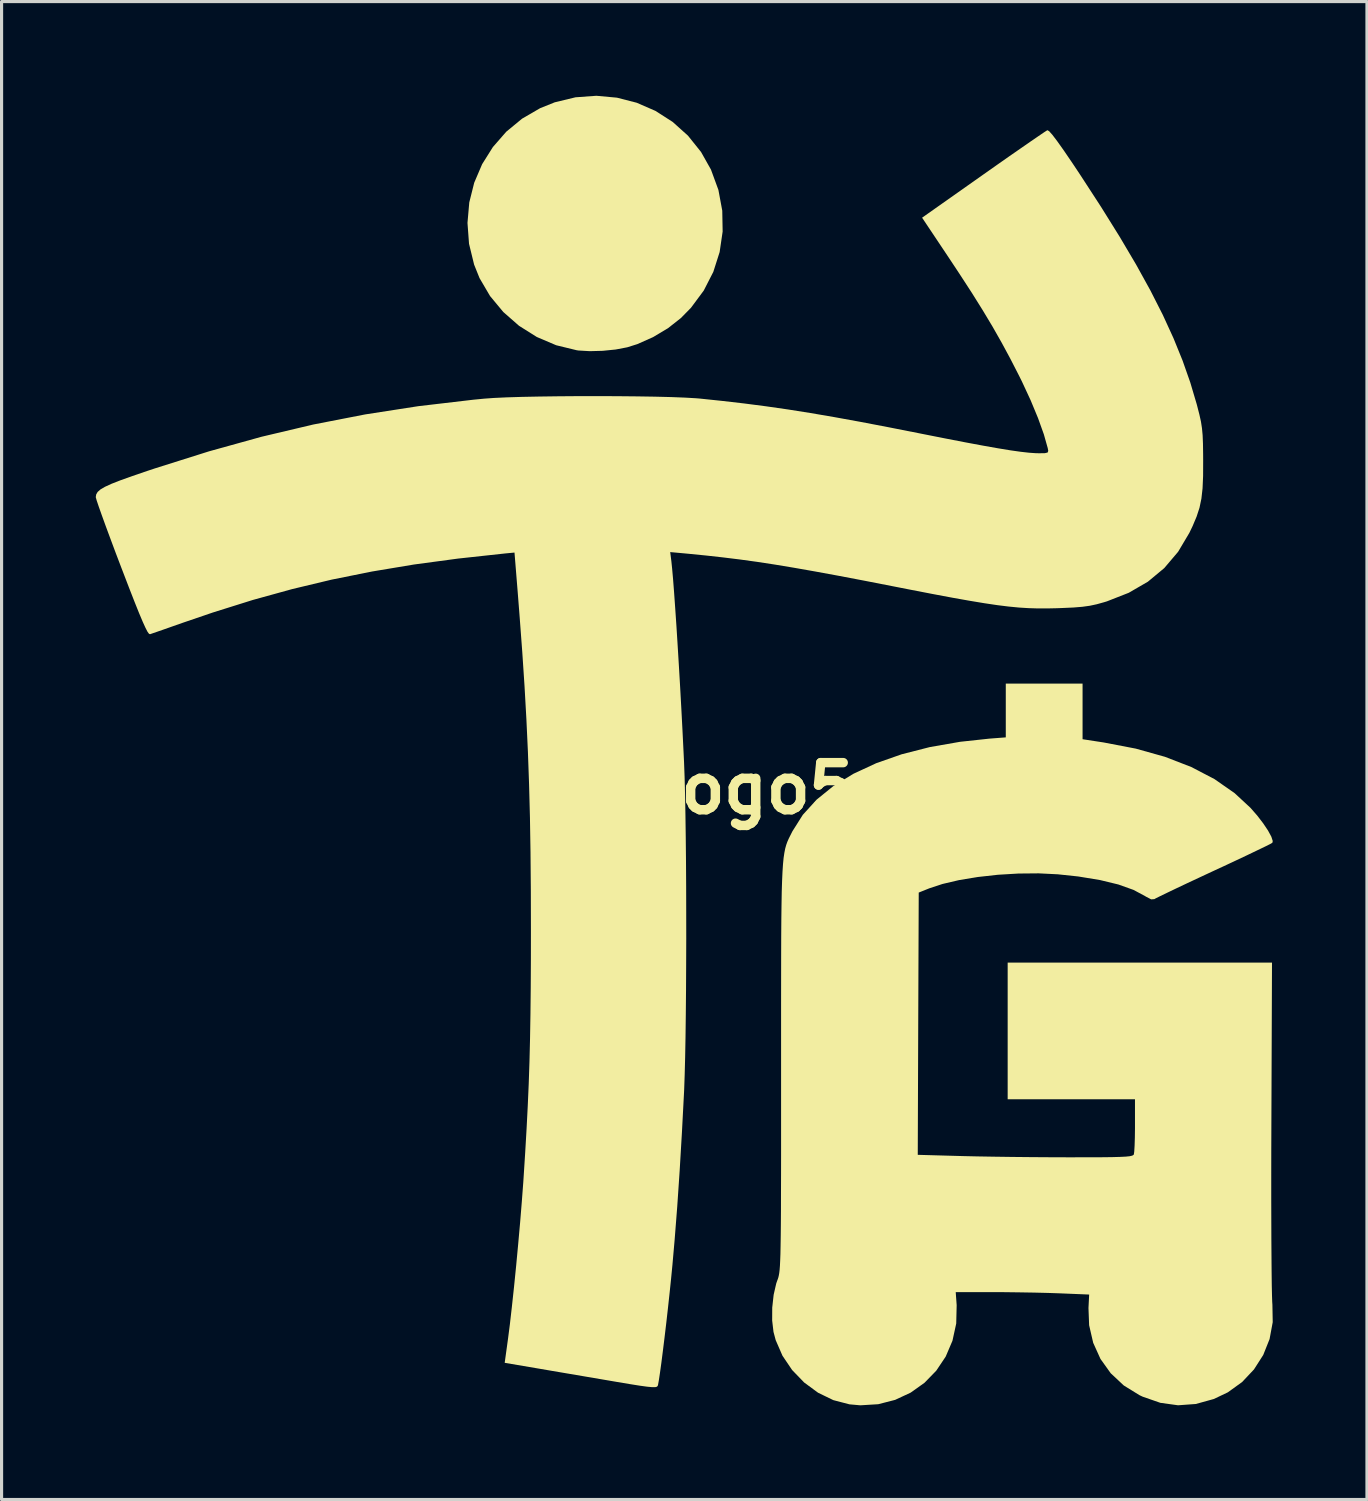
<source format=kicad_pcb>
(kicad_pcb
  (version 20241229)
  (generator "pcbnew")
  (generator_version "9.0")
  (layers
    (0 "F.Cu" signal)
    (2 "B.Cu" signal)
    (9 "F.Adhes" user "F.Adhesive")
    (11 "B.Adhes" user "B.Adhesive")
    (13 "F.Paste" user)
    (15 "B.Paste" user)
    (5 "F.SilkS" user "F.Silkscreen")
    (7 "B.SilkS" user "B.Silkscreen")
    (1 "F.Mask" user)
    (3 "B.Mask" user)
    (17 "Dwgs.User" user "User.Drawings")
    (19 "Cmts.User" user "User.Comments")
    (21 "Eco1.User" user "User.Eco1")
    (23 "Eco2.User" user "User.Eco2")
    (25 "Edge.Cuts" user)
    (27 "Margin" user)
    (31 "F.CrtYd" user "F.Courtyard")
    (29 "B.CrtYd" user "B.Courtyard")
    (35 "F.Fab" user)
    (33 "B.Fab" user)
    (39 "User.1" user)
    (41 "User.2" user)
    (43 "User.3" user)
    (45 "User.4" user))
  (footprint "logo5cm"
    (layer "F.Cu")
    (at 22.657 22.056)
    (property "Reference" "logo5cm" (at 0 0 0) (layer "F.SilkS") (effects (font (size 1.5 1.5) (thickness 0.3))))
    (attr board_only exclude_from_pos_files exclude_from_bom)
    (fp_poly (pts (xy -6.062 -21.996) (xy -5.431 -21.834) (xy -4.836 -21.575) (xy -4.288 -21.224) (xy -3.8 -20.786) (xy -3.384 -20.267) (xy -3.068 -19.706) (xy -2.831 -19.059) (xy -2.708 -18.397) (xy -2.696 -17.733) (xy -2.792 -17.079) (xy -2.993 -16.449) (xy -3.298 -15.853) (xy -3.704 -15.306) (xy -4.026 -14.978) (xy -4.438 -14.654) (xy -4.916 -14.369) (xy -5.413 -14.148) (xy -5.734 -14.047) (xy -6.1 -13.977) (xy -6.515 -13.935) (xy -6.927 -13.924) (xy -7.286 -13.945) (xy -7.342 -13.953) (xy -7.998 -14.113) (xy -8.615 -14.376) (xy -9.18 -14.732) (xy -9.68 -15.17) (xy -10.103 -15.68) (xy -10.437 -16.25) (xy -10.61 -16.68) (xy -10.772 -17.344) (xy -10.821 -18.008) (xy -10.764 -18.66) (xy -10.607 -19.287) (xy -10.354 -19.879) (xy -10.012 -20.424) (xy -9.587 -20.911) (xy -9.083 -21.327) (xy -8.508 -21.661) (xy -8.043 -21.848) (xy -7.38 -22.008) (xy -6.716 -22.056)) (stroke (width 0) (type solid)) (fill yes) (layer "F.SilkS"))
    (fp_poly (pts (xy 8.765 -2.453) (xy 8.765 -1.567) (xy 9.436 -1.464) (xy 10.458 -1.268) (xy 11.389 -1.007) (xy 12.226 -0.683) (xy 12.966 -0.297) (xy 13.608 0.151) (xy 14.11 0.616) (xy 14.326 0.863) (xy 14.517 1.112) (xy 14.671 1.342) (xy 14.776 1.536) (xy 14.821 1.675) (xy 14.808 1.731) (xy 14.744 1.768) (xy 14.584 1.848) (xy 14.341 1.965) (xy 14.03 2.114) (xy 13.662 2.288) (xy 13.25 2.481) (xy 12.938 2.625) (xy 12.503 2.828) (xy 12.101 3.016) (xy 11.746 3.184) (xy 11.45 3.326) (xy 11.227 3.434) (xy 11.089 3.503) (xy 11.051 3.525) (xy 10.95 3.532) (xy 10.778 3.443) (xy 10.764 3.433) (xy 10.39 3.232) (xy 9.906 3.059) (xy 9.315 2.916) (xy 8.625 2.803) (xy 7.973 2.734) (xy 7.366 2.704) (xy 6.722 2.71) (xy 6.069 2.749) (xy 5.431 2.82) (xy 4.835 2.918) (xy 4.306 3.042) (xy 3.884 3.181) (xy 3.548 3.316) (xy 3.532 7.492) (xy 3.517 11.667) (xy 4.958 11.707) (xy 5.4 11.717) (xy 5.93 11.726) (xy 6.518 11.734) (xy 7.131 11.74) (xy 7.738 11.744) (xy 8.309 11.746) (xy 8.381 11.746) (xy 8.924 11.745) (xy 9.36 11.744) (xy 9.701 11.74) (xy 9.958 11.733) (xy 10.143 11.724) (xy 10.268 11.711) (xy 10.345 11.693) (xy 10.385 11.671) (xy 10.398 11.652) (xy 10.411 11.56) (xy 10.422 11.373) (xy 10.43 11.117) (xy 10.434 10.816) (xy 10.434 10.728) (xy 10.434 9.898) (xy 8.407 9.898) (xy 6.38 9.898) (xy 6.38 7.721) (xy 6.38 5.545) (xy 10.588 5.545) (xy 14.797 5.545) (xy 14.777 10.777) (xy 14.774 11.568) (xy 14.773 12.332) (xy 14.773 13.06) (xy 14.775 13.742) (xy 14.777 14.37) (xy 14.781 14.933) (xy 14.785 15.423) (xy 14.79 15.829) (xy 14.797 16.142) (xy 14.804 16.353) (xy 14.81 16.44) (xy 14.82 16.996) (xy 14.72 17.534) (xy 14.518 18.04) (xy 14.223 18.501) (xy 13.844 18.903) (xy 13.39 19.23) (xy 12.945 19.442) (xy 12.371 19.601) (xy 11.805 19.642) (xy 11.242 19.564) (xy 10.678 19.368) (xy 10.575 19.319) (xy 10.078 19.012) (xy 9.662 18.623) (xy 9.335 18.166) (xy 9.103 17.652) (xy 8.974 17.093) (xy 8.953 16.546) (xy 8.975 16.116) (xy 8.05 16.078) (xy 7.676 16.065) (xy 7.224 16.054) (xy 6.736 16.046) (xy 6.255 16.04) (xy 5.926 16.039) (xy 4.726 16.039) (xy 4.756 16.455) (xy 4.742 17.038) (xy 4.622 17.587) (xy 4.407 18.091) (xy 4.106 18.541) (xy 3.73 18.927) (xy 3.29 19.24) (xy 2.796 19.47) (xy 2.259 19.608) (xy 1.688 19.643) (xy 1.342 19.612) (xy 0.828 19.478) (xy 0.342 19.242) (xy -0.1 18.917) (xy -0.483 18.52) (xy -0.791 18.064) (xy -1.007 17.567) (xy -1.077 17.304) (xy -1.119 16.943) (xy -1.117 16.533) (xy -1.072 16.124) (xy -0.99 15.765) (xy -0.961 15.681) (xy -0.941 15.628) (xy -0.923 15.574) (xy -0.908 15.511) (xy -0.894 15.432) (xy -0.882 15.332) (xy -0.872 15.202) (xy -0.864 15.036) (xy -0.856 14.826) (xy -0.851 14.566) (xy -0.846 14.25) (xy -0.842 13.869) (xy -0.839 13.417) (xy -0.838 12.887) (xy -0.836 12.273) (xy -0.835 11.566) (xy -0.835 10.761) (xy -0.835 9.85) (xy -0.835 8.893) (xy -0.835 7.849) (xy -0.835 6.917) (xy -0.834 6.09) (xy -0.833 5.361) (xy -0.831 4.723) (xy -0.827 4.17) (xy -0.821 3.693) (xy -0.814 3.286) (xy -0.803 2.942) (xy -0.79 2.653) (xy -0.774 2.413) (xy -0.755 2.215) (xy -0.731 2.052) (xy -0.704 1.915) (xy -0.672 1.8) (xy -0.635 1.697) (xy -0.593 1.601) (xy -0.545 1.505) (xy -0.492 1.4) (xy -0.475 1.366) (xy -0.143 0.84) (xy 0.295 0.358) (xy 0.834 -0.079) (xy 1.469 -0.467) (xy 2.195 -0.804) (xy 3.006 -1.088) (xy 3.898 -1.316) (xy 4.864 -1.485) (xy 5.798 -1.586) (xy 6.32 -1.626) (xy 6.32 -2.483) (xy 6.32 -3.339) (xy 7.542 -3.339) (xy 8.765 -3.339)) (stroke (width 0) (type solid)) (fill yes) (layer "F.SilkS"))
    (fp_poly (pts (xy 7.7 -20.929) (xy 7.804 -20.813) (xy 7.961 -20.606) (xy 8.173 -20.307) (xy 8.442 -19.912) (xy 8.687 -19.544) (xy 9.355 -18.516) (xy 9.947 -17.566) (xy 10.469 -16.683) (xy 10.925 -15.857) (xy 11.32 -15.079) (xy 11.66 -14.337) (xy 11.95 -13.623) (xy 12.195 -12.926) (xy 12.4 -12.235) (xy 12.419 -12.163) (xy 12.486 -11.901) (xy 12.535 -11.68) (xy 12.567 -11.472) (xy 12.588 -11.248) (xy 12.599 -10.977) (xy 12.604 -10.63) (xy 12.605 -10.434) (xy 12.603 -9.949) (xy 12.586 -9.556) (xy 12.549 -9.228) (xy 12.488 -8.936) (xy 12.396 -8.655) (xy 12.27 -8.356) (xy 12.166 -8.139) (xy 11.807 -7.535) (xy 11.367 -7.017) (xy 10.845 -6.583) (xy 10.236 -6.23) (xy 9.54 -5.957) (xy 9.448 -5.929) (xy 9.214 -5.864) (xy 8.994 -5.817) (xy 8.757 -5.784) (xy 8.474 -5.761) (xy 8.113 -5.745) (xy 7.958 -5.739) (xy 7.643 -5.732) (xy 7.343 -5.732) (xy 7.046 -5.741) (xy 6.739 -5.76) (xy 6.409 -5.792) (xy 6.046 -5.837) (xy 5.636 -5.898) (xy 5.167 -5.976) (xy 4.627 -6.072) (xy 4.003 -6.189) (xy 3.284 -6.328) (xy 2.713 -6.44) (xy 1.791 -6.62) (xy 0.971 -6.776) (xy 0.236 -6.911) (xy -0.428 -7.028) (xy -1.037 -7.129) (xy -1.606 -7.216) (xy -2.151 -7.291) (xy -2.686 -7.357) (xy -3.227 -7.417) (xy -3.79 -7.473) (xy -3.927 -7.486) (xy -4.366 -7.526) (xy -4.329 -7.236) (xy -4.305 -7.005) (xy -4.275 -6.668) (xy -4.242 -6.239) (xy -4.206 -5.733) (xy -4.167 -5.162) (xy -4.128 -4.541) (xy -4.088 -3.884) (xy -4.048 -3.204) (xy -4.01 -2.515) (xy -3.974 -1.831) (xy -3.941 -1.166) (xy -3.925 -0.835) (xy -3.908 -0.377) (xy -3.893 0.181) (xy -3.881 0.824) (xy -3.871 1.538) (xy -3.863 2.306) (xy -3.858 3.113) (xy -3.856 3.943) (xy -3.855 4.782) (xy -3.858 5.613) (xy -3.862 6.422) (xy -3.869 7.193) (xy -3.878 7.91) (xy -3.89 8.559) (xy -3.905 9.123) (xy -3.921 9.587) (xy -3.926 9.689) (xy -3.993 10.964) (xy -4.065 12.178) (xy -4.142 13.317) (xy -4.224 14.365) (xy -4.295 15.174) (xy -4.337 15.604) (xy -4.385 16.065) (xy -4.437 16.543) (xy -4.491 17.021) (xy -4.546 17.482) (xy -4.599 17.912) (xy -4.648 18.294) (xy -4.692 18.612) (xy -4.728 18.851) (xy -4.754 18.994) (xy -4.763 19.022) (xy -4.787 19.05) (xy -4.842 19.065) (xy -4.942 19.065) (xy -5.102 19.05) (xy -5.335 19.018) (xy -5.656 18.967) (xy -6.079 18.896) (xy -6.112 18.89) (xy -6.587 18.809) (xy -7.11 18.72) (xy -7.639 18.63) (xy -8.133 18.546) (xy -8.529 18.478) (xy -9.636 18.29) (xy -9.531 17.529) (xy -9.471 17.063) (xy -9.407 16.503) (xy -9.339 15.873) (xy -9.271 15.197) (xy -9.206 14.502) (xy -9.144 13.81) (xy -9.09 13.147) (xy -9.044 12.537) (xy -9.035 12.402) (xy -8.983 11.59) (xy -8.939 10.832) (xy -8.902 10.111) (xy -8.871 9.405) (xy -8.847 8.696) (xy -8.829 7.963) (xy -8.816 7.188) (xy -8.807 6.351) (xy -8.802 5.432) (xy -8.801 4.502) (xy -8.804 3.221) (xy -8.814 2.036) (xy -8.832 0.924) (xy -8.86 -0.137) (xy -8.897 -1.171) (xy -8.945 -2.201) (xy -9.004 -3.248) (xy -9.076 -4.337) (xy -9.162 -5.49) (xy -9.219 -6.215) (xy -9.324 -7.511) (xy -9.626 -7.482) (xy -11.123 -7.319) (xy -12.526 -7.13) (xy -13.858 -6.908) (xy -15.141 -6.65) (xy -16.399 -6.349) (xy -17.655 -6.002) (xy -18.93 -5.602) (xy -19.885 -5.276) (xy -20.206 -5.163) (xy -20.493 -5.062) (xy -20.724 -4.982) (xy -20.878 -4.929) (xy -20.93 -4.911) (xy -20.963 -4.925) (xy -21.011 -4.991) (xy -21.076 -5.117) (xy -21.164 -5.311) (xy -21.278 -5.581) (xy -21.421 -5.938) (xy -21.597 -6.388) (xy -21.809 -6.94) (xy -21.84 -7.02) (xy -22.023 -7.501) (xy -22.191 -7.951) (xy -22.341 -8.356) (xy -22.467 -8.704) (xy -22.565 -8.981) (xy -22.63 -9.175) (xy -22.657 -9.273) (xy -22.657 -9.279) (xy -22.644 -9.362) (xy -22.598 -9.441) (xy -22.509 -9.52) (xy -22.364 -9.605) (xy -22.153 -9.702) (xy -21.866 -9.814) (xy -21.491 -9.948) (xy -21.018 -10.11) (xy -20.777 -10.19) (xy -19.052 -10.734) (xy -17.38 -11.198) (xy -15.732 -11.588) (xy -14.077 -11.91) (xy -12.388 -12.172) (xy -10.635 -12.378) (xy -10.285 -12.412) (xy -9.98 -12.434) (xy -9.574 -12.453) (xy -9.087 -12.468) (xy -8.534 -12.479) (xy -7.935 -12.487) (xy -7.306 -12.492) (xy -6.666 -12.493) (xy -6.031 -12.49) (xy -5.418 -12.484) (xy -4.847 -12.475) (xy -4.334 -12.462) (xy -3.897 -12.445) (xy -3.553 -12.425) (xy -3.428 -12.415) (xy -2.703 -12.339) (xy -2.005 -12.258) (xy -1.319 -12.169) (xy -0.624 -12.069) (xy 0.096 -11.955) (xy 0.86 -11.824) (xy 1.685 -11.674) (xy 2.59 -11.501) (xy 3.593 -11.303) (xy 3.607 -11.3) (xy 4.375 -11.148) (xy 5.035 -11.02) (xy 5.598 -10.915) (xy 6.073 -10.831) (xy 6.469 -10.766) (xy 6.795 -10.72) (xy 7.061 -10.69) (xy 7.276 -10.675) (xy 7.387 -10.673) (xy 7.566 -10.676) (xy 7.652 -10.696) (xy 7.672 -10.748) (xy 7.656 -10.837) (xy 7.532 -11.276) (xy 7.347 -11.792) (xy 7.111 -12.361) (xy 6.831 -12.964) (xy 6.74 -13.147) (xy 6.464 -13.685) (xy 6.188 -14.196) (xy 5.901 -14.701) (xy 5.589 -15.221) (xy 5.241 -15.778) (xy 4.842 -16.392) (xy 4.497 -16.913) (xy 3.655 -18.174) (xy 5.608 -19.551) (xy 6.037 -19.853) (xy 6.438 -20.134) (xy 6.8 -20.385) (xy 7.111 -20.601) (xy 7.361 -20.772) (xy 7.539 -20.893) (xy 7.634 -20.954) (xy 7.645 -20.96)) (stroke (width 0) (type solid)) (fill yes) (layer "F.SilkS")))
  (gr_rect
    (start -3 -3)
    (end 40.478 44.699)
    (stroke (width 0.1) (type default))
    (fill no)
    (layer "Edge.Cuts")))
</source>
